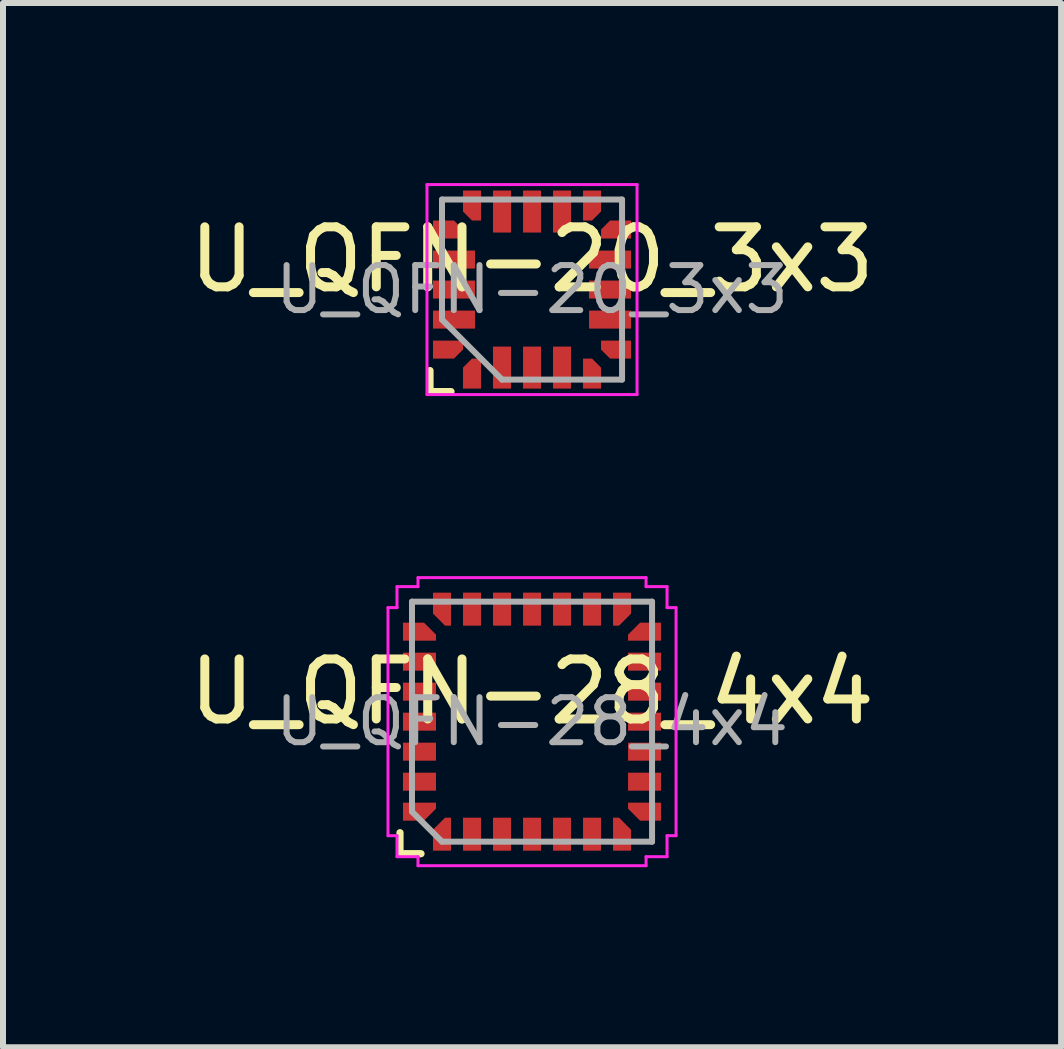
<source format=kicad_pcb>
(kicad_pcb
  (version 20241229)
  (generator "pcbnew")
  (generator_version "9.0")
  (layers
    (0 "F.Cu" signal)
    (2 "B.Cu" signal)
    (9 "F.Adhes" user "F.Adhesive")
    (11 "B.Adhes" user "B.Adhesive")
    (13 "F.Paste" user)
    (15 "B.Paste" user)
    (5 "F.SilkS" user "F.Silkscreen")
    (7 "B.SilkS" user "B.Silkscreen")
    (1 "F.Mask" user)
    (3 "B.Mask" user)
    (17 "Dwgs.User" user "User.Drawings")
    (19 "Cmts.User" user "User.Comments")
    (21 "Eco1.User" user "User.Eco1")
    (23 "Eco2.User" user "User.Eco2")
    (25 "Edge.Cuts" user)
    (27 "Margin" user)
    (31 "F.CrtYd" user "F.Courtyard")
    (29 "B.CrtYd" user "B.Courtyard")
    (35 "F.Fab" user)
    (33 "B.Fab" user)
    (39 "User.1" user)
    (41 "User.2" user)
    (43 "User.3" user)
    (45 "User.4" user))
  (footprint "U_QFN-28_4x4"
    (layer "F.Cu")
    (at 5.815 8.975)
    (property "Reference" "U_QFN-28_4x4" (at 0 -0.5 0) (unlocked yes) (layer "F.SilkS") (effects (font (size 1 1) (thickness 0.15))))
    (attr smd)
    (fp_line (start -2.2 2.2) (end -2.2 1.85) (stroke (width 0.12) (type default)) (layer "F.SilkS"))
    (fp_line (start -1.85 2.2) (end -2.2 2.2) (stroke (width 0.12) (type default)) (layer "F.SilkS"))
    (fp_line (start -2.4 -1.9) (end -2.4 1.9) (stroke (width 0.05) (type default)) (layer "F.CrtYd"))
    (fp_line (start -2.4 1.9) (end -2.25 1.9) (stroke (width 0.05) (type default)) (layer "F.CrtYd"))
    (fp_line (start -2.25 -2.25) (end -2.25 -1.9) (stroke (width 0.05) (type default)) (layer "F.CrtYd"))
    (fp_line (start -2.25 -1.9) (end -2.4 -1.9) (stroke (width 0.05) (type default)) (layer "F.CrtYd"))
    (fp_line (start -2.25 1.9) (end -2.25 2.25) (stroke (width 0.05) (type default)) (layer "F.CrtYd"))
    (fp_line (start -2.25 2.25) (end -1.9 2.25) (stroke (width 0.05) (type default)) (layer "F.CrtYd"))
    (fp_line (start -1.9 -2.4) (end -1.9 -2.25) (stroke (width 0.05) (type default)) (layer "F.CrtYd"))
    (fp_line (start -1.9 -2.25) (end -2.25 -2.25) (stroke (width 0.05) (type default)) (layer "F.CrtYd"))
    (fp_line (start -1.9 2.25) (end -1.9 2.4) (stroke (width 0.05) (type default)) (layer "F.CrtYd"))
    (fp_line (start -1.9 2.4) (end 1.9 2.4) (stroke (width 0.05) (type default)) (layer "F.CrtYd"))
    (fp_line (start 1.9 -2.4) (end -1.9 -2.4) (stroke (width 0.05) (type default)) (layer "F.CrtYd"))
    (fp_line (start 1.9 -2.25) (end 1.9 -2.4) (stroke (width 0.05) (type default)) (layer "F.CrtYd"))
    (fp_line (start 1.9 2.25) (end 2.25 2.25) (stroke (width 0.05) (type default)) (layer "F.CrtYd"))
    (fp_line (start 1.9 2.4) (end 1.9 2.25) (stroke (width 0.05) (type default)) (layer "F.CrtYd"))
    (fp_line (start 2.25 -2.25) (end 1.9 -2.25) (stroke (width 0.05) (type default)) (layer "F.CrtYd"))
    (fp_line (start 2.25 -1.9) (end 2.25 -2.25) (stroke (width 0.05) (type default)) (layer "F.CrtYd"))
    (fp_line (start 2.25 1.9) (end 2.4 1.9) (stroke (width 0.05) (type default)) (layer "F.CrtYd"))
    (fp_line (start 2.25 2.25) (end 2.25 1.9) (stroke (width 0.05) (type default)) (layer "F.CrtYd"))
    (fp_line (start 2.4 -1.9) (end 2.25 -1.9) (stroke (width 0.05) (type default)) (layer "F.CrtYd"))
    (fp_line (start 2.4 1.9) (end 2.4 -1.9) (stroke (width 0.05) (type default)) (layer "F.CrtYd"))
    (fp_line (start -2 1.5) (end -2 -2) (stroke (width 0.1) (type default)) (layer "F.Fab"))
    (fp_line (start -1.5 2) (end -2 1.5) (stroke (width 0.1) (type default)) (layer "F.Fab"))
    (fp_line (start 2 -2) (end -2 -2) (stroke (width 0.1) (type default)) (layer "F.Fab"))
    (fp_line (start 2 -2) (end 2 2) (stroke (width 0.1) (type default)) (layer "F.Fab"))
    (fp_line (start 2 2) (end -1.5 2) (stroke (width 0.1) (type default)) (layer "F.Fab"))
    (fp_text user "${REFERENCE}" (at 0 0 0) (unlocked yes) (layer "F.Fab") (effects (font (size 0.75 0.75) (thickness 0.1))))
    (pad "1" smd custom (at -1.5 1.875) (size 0.3 0.1) (layers "F.Cu" "F.Mask" "F.Paste") (options (anchor rect)) (primitives (gr_poly (pts (xy -0.15 -0.075) (xy 0.05 -0.275) (xy 0.15 -0.275) (xy 0.15 0.275) (xy -0.15 0.275)) (width 0) (fill yes))))
    (pad "2" smd rect (at -1 1.875) (size 0.3 0.55) (layers "F.Cu" "F.Mask" "F.Paste"))
    (pad "3" smd rect (at -0.5 1.875) (size 0.3 0.55) (layers "F.Cu" "F.Mask" "F.Paste"))
    (pad "4" smd rect (at 0 1.875) (size 0.3 0.55) (layers "F.Cu" "F.Mask" "F.Paste"))
    (pad "5" smd rect (at 0.5 1.875) (size 0.3 0.55) (layers "F.Cu" "F.Mask" "F.Paste"))
    (pad "6" smd rect (at 1 1.875) (size 0.3 0.55) (layers "F.Cu" "F.Mask" "F.Paste"))
    (pad "7" smd custom (at 1.5 1.875) (size 0.3 0.1) (layers "F.Cu" "F.Mask" "F.Paste") (options (anchor rect)) (primitives (gr_poly (pts (xy 0.15 -0.075) (xy -0.05 -0.275) (xy -0.15 -0.275) (xy -0.15 0.275) (xy 0.15 0.275)) (width 0) (fill yes))))
    (pad "8" smd custom (at 1.875 1.5 90) (size 0.3 0.1) (layers "F.Cu" "F.Mask" "F.Paste") (options (anchor rect)) (primitives (gr_poly (pts (xy -0.15 -0.075) (xy 0.05 -0.275) (xy 0.15 -0.275) (xy 0.15 0.275) (xy -0.15 0.275)) (width 0) (fill yes))))
    (pad "9" smd rect (at 1.875 1 90) (size 0.3 0.55) (layers "F.Cu" "F.Mask" "F.Paste"))
    (pad "10" smd rect (at 1.875 0.5 90) (size 0.3 0.55) (layers "F.Cu" "F.Mask" "F.Paste"))
    (pad "11" smd rect (at 1.875 0 90) (size 0.3 0.55) (layers "F.Cu" "F.Mask" "F.Paste"))
    (pad "12" smd rect (at 1.875 -0.5 90) (size 0.3 0.55) (layers "F.Cu" "F.Mask" "F.Paste"))
    (pad "13" smd rect (at 1.875 -1 90) (size 0.3 0.55) (layers "F.Cu" "F.Mask" "F.Paste"))
    (pad "14" smd custom (at 1.875 -1.5 90) (size 0.3 0.1) (layers "F.Cu" "F.Mask" "F.Paste") (options (anchor rect)) (primitives (gr_poly (pts (xy 0.15 -0.075) (xy -0.05 -0.275) (xy -0.15 -0.275) (xy -0.15 0.275) (xy 0.15 0.275)) (width 0) (fill yes))))
    (pad "15" smd custom (at 1.5 -1.875 180) (size 0.3 0.1) (layers "F.Cu" "F.Mask" "F.Paste") (options (anchor rect)) (primitives (gr_poly (pts (xy -0.15 -0.075) (xy 0.05 -0.275) (xy 0.15 -0.275) (xy 0.15 0.275) (xy -0.15 0.275)) (width 0) (fill yes))))
    (pad "16" smd rect (at 1 -1.875 180) (size 0.3 0.55) (layers "F.Cu" "F.Mask" "F.Paste"))
    (pad "17" smd rect (at 0.5 -1.875 180) (size 0.3 0.55) (layers "F.Cu" "F.Mask" "F.Paste"))
    (pad "18" smd rect (at 0 -1.875 180) (size 0.3 0.55) (layers "F.Cu" "F.Mask" "F.Paste"))
    (pad "19" smd rect (at -0.5 -1.875 180) (size 0.3 0.55) (layers "F.Cu" "F.Mask" "F.Paste"))
    (pad "20" smd rect (at -1 -1.875 180) (size 0.3 0.55) (layers "F.Cu" "F.Mask" "F.Paste"))
    (pad "21" smd custom (at -1.5 -1.875 180) (size 0.3 0.1) (layers "F.Cu" "F.Mask" "F.Paste") (options (anchor rect)) (primitives (gr_poly (pts (xy 0.15 -0.075) (xy -0.05 -0.275) (xy -0.15 -0.275) (xy -0.15 0.275) (xy 0.15 0.275)) (width 0) (fill yes))))
    (pad "22" smd custom (at -1.875 -1.5 270) (size 0.3 0.1) (layers "F.Cu" "F.Mask" "F.Paste") (options (anchor rect)) (primitives (gr_poly (pts (xy -0.15 -0.075) (xy 0.05 -0.275) (xy 0.15 -0.275) (xy 0.15 0.275) (xy -0.15 0.275)) (width 0) (fill yes))))
    (pad "23" smd rect (at -1.875 -1 270) (size 0.3 0.55) (layers "F.Cu" "F.Mask" "F.Paste"))
    (pad "24" smd rect (at -1.875 -0.5 270) (size 0.3 0.55) (layers "F.Cu" "F.Mask" "F.Paste"))
    (pad "25" smd rect (at -1.875 0 270) (size 0.3 0.55) (layers "F.Cu" "F.Mask" "F.Paste"))
    (pad "26" smd rect (at -1.875 0.5 270) (size 0.3 0.55) (layers "F.Cu" "F.Mask" "F.Paste"))
    (pad "27" smd rect (at -1.875 1 270) (size 0.3 0.55) (layers "F.Cu" "F.Mask" "F.Paste"))
    (pad "28" smd custom (at -1.875 1.5 270) (size 0.3 0.1) (layers "F.Cu" "F.Mask" "F.Paste") (options (anchor rect)) (primitives (gr_poly (pts (xy 0.15 -0.075) (xy -0.05 -0.275) (xy -0.15 -0.275) (xy -0.15 0.275) (xy 0.15 0.275)) (width 0) (fill yes)))))
  (footprint "U_QFN-20_3x3"
    (layer "F.Cu")
    (at 5.815 1.775)
    (property "Reference" "U_QFN-20_3x3" (at 0 -0.5 0) (unlocked yes) (layer "F.SilkS") (effects (font (size 1 1) (thickness 0.15))))
    (attr smd)
    (fp_line (start -1.7 1.35) (end -1.7 1.7) (stroke (width 0.12) (type default)) (layer "F.SilkS"))
    (fp_line (start -1.7 1.7) (end -1.35 1.7) (stroke (width 0.12) (type default)) (layer "F.SilkS"))
    (fp_line (start -1.75 -1.75) (end 1.75 -1.75) (stroke (width 0.05) (type solid)) (layer "F.CrtYd"))
    (fp_line (start -1.75 1.75) (end -1.75 -1.75) (stroke (width 0.05) (type solid)) (layer "F.CrtYd"))
    (fp_line (start 1.75 -1.75) (end 1.75 1.75) (stroke (width 0.05) (type solid)) (layer "F.CrtYd"))
    (fp_line (start 1.75 1.75) (end -1.75 1.75) (stroke (width 0.05) (type solid)) (layer "F.CrtYd"))
    (fp_line (start -1.5 -1.5) (end 1.5 -1.5) (stroke (width 0.1) (type solid)) (layer "F.Fab"))
    (fp_line (start -1.5 0.5) (end -1.5 -1.5) (stroke (width 0.1) (type solid)) (layer "F.Fab"))
    (fp_line (start -0.5 1.5) (end -1.5 0.5) (stroke (width 0.1) (type solid)) (layer "F.Fab"))
    (fp_line (start 1.5 -1.5) (end 1.5 1.5) (stroke (width 0.1) (type solid)) (layer "F.Fab"))
    (fp_line (start 1.5 1.5) (end -0.5 1.5) (stroke (width 0.1) (type solid)) (layer "F.Fab"))
    (fp_text user "${REFERENCE}" (at 0 0 180) (layer "F.Fab") (effects (font (size 0.75 0.75) (thickness 0.1))))
    (pad "1" smd custom (at -1 1.475 90) (size 0.35 0.3) (layers "F.Cu" "F.Mask" "F.Paste") (options (anchor rect)) (primitives (gr_poly (pts (xy 0.325 0) (xy 0.325 0.15) (xy 0.175 0.15) (xy 0.175 -0.15)) (width 0) (fill yes))))
    (pad "2" smd rect (at -0.5 1.3 90) (size 0.7 0.3) (layers "F.Cu" "F.Mask" "F.Paste"))
    (pad "3" smd rect (at 0 1.3 90) (size 0.7 0.3) (layers "F.Cu" "F.Mask" "F.Paste"))
    (pad "4" smd rect (at 0.5 1.3 90) (size 0.7 0.3) (layers "F.Cu" "F.Mask" "F.Paste"))
    (pad "5" smd custom (at 1 1.475 90) (size 0.35 0.3) (layers "F.Cu" "F.Mask" "F.Paste") (options (anchor rect)) (primitives (gr_poly (pts (xy 0.325 0) (xy 0.175 0.15) (xy 0.175 -0.15) (xy 0.325 -0.15)) (width 0) (fill yes))))
    (pad "6" smd custom (at 1.475 1 90) (size 0.3 0.35) (layers "F.Cu" "F.Mask" "F.Paste") (options (anchor rect)) (primitives (gr_poly (pts (xy 0.15 -0.175) (xy -0.15 -0.175) (xy 0 -0.325) (xy 0.15 -0.325)) (width 0) (fill yes))))
    (pad "7" smd rect (at 1.3 0.5 90) (size 0.3 0.7) (layers "F.Cu" "F.Mask" "F.Paste"))
    (pad "8" smd rect (at 1.3 0 90) (size 0.3 0.7) (layers "F.Cu" "F.Mask" "F.Paste"))
    (pad "9" smd rect (at 1.3 -0.5 90) (size 0.3 0.7) (layers "F.Cu" "F.Mask" "F.Paste"))
    (pad "10" smd custom (at 1.475 -1 90) (size 0.3 0.35) (layers "F.Cu" "F.Mask" "F.Paste") (options (anchor rect)) (primitives (gr_poly (pts (xy 0.15 -0.175) (xy -0.15 -0.175) (xy -0.15 -0.325) (xy 0 -0.325)) (width 0) (fill yes))))
    (pad "11" smd custom (at 1 -1.475 90) (size 0.35 0.3) (layers "F.Cu" "F.Mask" "F.Paste") (options (anchor rect)) (primitives (gr_poly (pts (xy -0.175 0.15) (xy -0.325 0) (xy -0.325 -0.15) (xy -0.175 -0.15)) (width 0) (fill yes))))
    (pad "12" smd rect (at 0.5 -1.3 90) (size 0.7 0.3) (layers "F.Cu" "F.Mask" "F.Paste"))
    (pad "13" smd rect (at 0 -1.3 90) (size 0.7 0.3) (layers "F.Cu" "F.Mask" "F.Paste"))
    (pad "14" smd rect (at -0.5 -1.3 90) (size 0.7 0.3) (layers "F.Cu" "F.Mask" "F.Paste"))
    (pad "15" smd custom (at -1 -1.475 90) (size 0.35 0.3) (layers "F.Cu" "F.Mask" "F.Paste") (options (anchor rect)) (primitives (gr_poly (pts (xy -0.175 0.15) (xy -0.325 0.15) (xy -0.325 0) (xy -0.175 -0.15)) (width 0) (fill yes))))
    (pad "16" smd custom (at -1.475 -1 90) (size 0.3 0.35) (layers "F.Cu" "F.Mask" "F.Paste") (options (anchor rect)) (primitives (gr_poly (pts (xy 0 0.325) (xy -0.15 0.325) (xy -0.15 0.175) (xy 0.15 0.175)) (width 0) (fill yes))))
    (pad "17" smd rect (at -1.3 -0.5 90) (size 0.3 0.7) (layers "F.Cu" "F.Mask" "F.Paste"))
    (pad "18" smd rect (at -1.3 0 90) (size 0.3 0.7) (layers "F.Cu" "F.Mask" "F.Paste"))
    (pad "19" smd rect (at -1.3 0.5 90) (size 0.3 0.7) (layers "F.Cu" "F.Mask" "F.Paste"))
    (pad "20" smd custom (at -1.475 1 90) (size 0.3 0.35) (layers "F.Cu" "F.Mask" "F.Paste") (options (anchor rect)) (primitives (gr_poly (pts (xy 0.15 0.325) (xy 0 0.325) (xy -0.15 0.175) (xy 0.15 0.175)) (width 0) (fill yes)))))
  (gr_rect
    (start -3 -3)
    (end 14.631 14.4)
    (stroke (width 0.1) (type default))
    (fill no)
    (layer "Edge.Cuts")))
</source>
